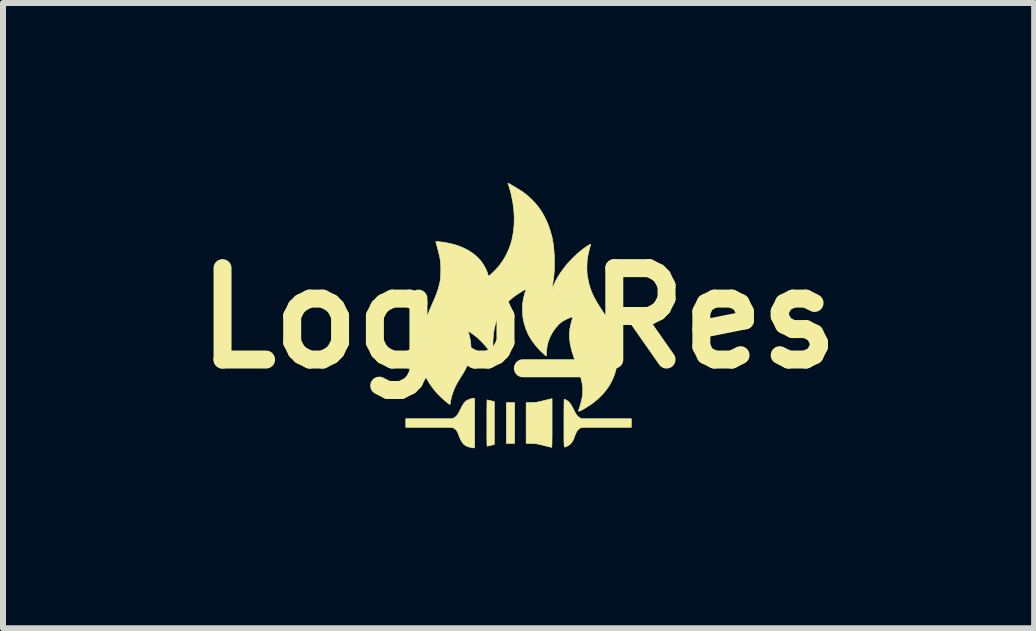
<source format=kicad_pcb>
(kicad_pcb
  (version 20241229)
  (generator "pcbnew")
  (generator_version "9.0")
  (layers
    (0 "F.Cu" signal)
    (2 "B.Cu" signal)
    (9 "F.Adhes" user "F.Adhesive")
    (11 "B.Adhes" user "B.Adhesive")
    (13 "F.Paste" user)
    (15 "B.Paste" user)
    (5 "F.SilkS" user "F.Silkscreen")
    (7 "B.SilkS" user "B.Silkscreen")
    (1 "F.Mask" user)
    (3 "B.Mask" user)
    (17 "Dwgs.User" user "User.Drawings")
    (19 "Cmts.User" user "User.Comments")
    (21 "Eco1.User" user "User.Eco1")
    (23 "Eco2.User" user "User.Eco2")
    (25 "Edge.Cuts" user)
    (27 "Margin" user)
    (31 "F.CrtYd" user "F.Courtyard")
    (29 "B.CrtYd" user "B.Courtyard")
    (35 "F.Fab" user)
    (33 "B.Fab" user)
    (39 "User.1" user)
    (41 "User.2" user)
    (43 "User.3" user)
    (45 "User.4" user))
  (footprint "Logo_Res"
    (layer "F.Cu")
    (at 5.595 2.255)
    (property "Reference" "Logo_Res" (at 0 0 0) (layer "F.SilkS") (effects (font (size 1.524 1.524) (thickness 0.3))))
    (attr through_hole)
    (fp_poly (pts (xy -0.066 2.088) (xy -0.203 2.088) (xy -0.203 1.407) (xy -0.066 1.407) (xy -0.066 2.088)) (stroke (width 0.01) (type solid)) (fill yes) (layer "F.SilkS"))
    (fp_poly (pts (xy -0.518 1.363) (xy -0.504 1.366) (xy -0.485 1.37) (xy -0.462 1.376) (xy -0.404 1.39) (xy -0.404 2.105) (xy -0.46 2.119) (xy -0.483 2.125) (xy -0.502 2.129) (xy -0.516 2.133) (xy -0.522 2.133) (xy -0.523 2.132) (xy -0.524 2.125) (xy -0.525 2.115) (xy -0.526 2.098) (xy -0.527 2.076) (xy -0.527 2.048) (xy -0.528 2.012) (xy -0.528 1.969) (xy -0.528 1.918) (xy -0.528 1.858) (xy -0.528 1.788) (xy -0.528 1.748) (xy -0.528 1.686) (xy -0.528 1.627) (xy -0.528 1.573) (xy -0.528 1.522) (xy -0.527 1.478) (xy -0.527 1.439) (xy -0.526 1.407) (xy -0.526 1.383) (xy -0.525 1.368) (xy -0.525 1.362) (xy -0.525 1.362) (xy -0.518 1.363)) (stroke (width 0.01) (type solid)) (fill yes) (layer "F.SilkS"))
    (fp_poly (pts (xy 0.559 1.747) (xy 0.559 1.824) (xy 0.559 1.891) (xy 0.559 1.949) (xy 0.558 1.998) (xy 0.558 2.04) (xy 0.557 2.074) (xy 0.557 2.101) (xy 0.556 2.122) (xy 0.555 2.137) (xy 0.555 2.147) (xy 0.553 2.152) (xy 0.552 2.154) (xy 0.546 2.152) (xy 0.531 2.149) (xy 0.509 2.143) (xy 0.481 2.137) (xy 0.45 2.129) (xy 0.424 2.123) (xy 0.386 2.113) (xy 0.356 2.106) (xy 0.331 2.1) (xy 0.311 2.096) (xy 0.292 2.094) (xy 0.273 2.092) (xy 0.252 2.091) (xy 0.227 2.09) (xy 0.215 2.089) (xy 0.127 2.087) (xy 0.127 1.408) (xy 0.212 1.406) (xy 0.239 1.405) (xy 0.261 1.405) (xy 0.281 1.403) (xy 0.299 1.401) (xy 0.319 1.398) (xy 0.341 1.393) (xy 0.369 1.387) (xy 0.405 1.378) (xy 0.417 1.375) (xy 0.451 1.367) (xy 0.482 1.359) (xy 0.508 1.353) (xy 0.53 1.348) (xy 0.543 1.344) (xy 0.547 1.343) (xy 0.559 1.341) (xy 0.559 1.747)) (stroke (width 0.01) (type solid)) (fill yes) (layer "F.SilkS"))
    (fp_poly (pts (xy -0.732 1.75) (xy -0.732 1.814) (xy -0.732 1.875) (xy -0.732 1.932) (xy -0.732 1.984) (xy -0.732 2.032) (xy -0.732 2.073) (xy -0.732 2.107) (xy -0.732 2.134) (xy -0.733 2.153) (xy -0.733 2.162) (xy -0.733 2.163) (xy -0.738 2.163) (xy -0.751 2.161) (xy -0.767 2.159) (xy -0.813 2.151) (xy -0.853 2.139) (xy -0.887 2.122) (xy -0.916 2.099) (xy -0.941 2.069) (xy -0.963 2.03) (xy -0.984 1.984) (xy -0.996 1.952) (xy -1.011 1.913) (xy -1.027 1.883) (xy -1.043 1.861) (xy -1.059 1.847) (xy -1.065 1.842) (xy -1.071 1.837) (xy -1.078 1.833) (xy -1.085 1.83) (xy -1.094 1.828) (xy -1.106 1.825) (xy -1.12 1.824) (xy -1.139 1.822) (xy -1.162 1.821) (xy -1.19 1.82) (xy -1.224 1.82) (xy -1.265 1.819) (xy -1.314 1.819) (xy -1.37 1.819) (xy -1.436 1.819) (xy -1.497 1.819) (xy -1.88 1.819) (xy -1.88 1.676) (xy -1.106 1.676) (xy -1.082 1.665) (xy -1.064 1.655) (xy -1.047 1.642) (xy -1.031 1.626) (xy -1.015 1.604) (xy -0.999 1.577) (xy -0.98 1.542) (xy -0.967 1.516) (xy -0.947 1.476) (xy -0.929 1.445) (xy -0.913 1.42) (xy -0.897 1.4) (xy -0.881 1.385) (xy -0.863 1.373) (xy -0.847 1.364) (xy -0.819 1.352) (xy -0.79 1.343) (xy -0.763 1.337) (xy -0.748 1.336) (xy -0.732 1.336) (xy -0.732 1.75)) (stroke (width 0.01) (type solid)) (fill yes) (layer "F.SilkS"))
    (fp_poly (pts (xy 0.77 1.354) (xy 0.783 1.359) (xy 0.798 1.367) (xy 0.819 1.38) (xy 0.837 1.394) (xy 0.854 1.412) (xy 0.87 1.435) (xy 0.888 1.465) (xy 0.907 1.502) (xy 0.914 1.516) (xy 0.934 1.556) (xy 0.953 1.588) (xy 0.969 1.613) (xy 0.986 1.633) (xy 1.003 1.648) (xy 1.022 1.661) (xy 1.023 1.661) (xy 1.049 1.676) (xy 1.88 1.676) (xy 1.88 1.819) (xy 1.467 1.819) (xy 1.393 1.819) (xy 1.328 1.819) (xy 1.272 1.819) (xy 1.224 1.819) (xy 1.183 1.819) (xy 1.149 1.819) (xy 1.122 1.82) (xy 1.099 1.82) (xy 1.081 1.821) (xy 1.068 1.822) (xy 1.057 1.823) (xy 1.049 1.824) (xy 1.043 1.825) (xy 1.039 1.827) (xy 1.035 1.828) (xy 1.033 1.829) (xy 1.018 1.839) (xy 1 1.853) (xy 0.988 1.865) (xy 0.98 1.875) (xy 0.973 1.885) (xy 0.966 1.897) (xy 0.959 1.912) (xy 0.95 1.932) (xy 0.94 1.958) (xy 0.928 1.992) (xy 0.925 2.001) (xy 0.903 2.047) (xy 0.877 2.085) (xy 0.844 2.114) (xy 0.806 2.136) (xy 0.804 2.137) (xy 0.795 2.141) (xy 0.788 2.144) (xy 0.781 2.147) (xy 0.776 2.149) (xy 0.771 2.149) (xy 0.767 2.146) (xy 0.764 2.139) (xy 0.762 2.129) (xy 0.76 2.115) (xy 0.759 2.095) (xy 0.758 2.069) (xy 0.757 2.038) (xy 0.757 1.999) (xy 0.757 1.953) (xy 0.757 1.898) (xy 0.757 1.835) (xy 0.757 1.762) (xy 0.757 1.75) (xy 0.757 1.671) (xy 0.757 1.601) (xy 0.757 1.541) (xy 0.758 1.49) (xy 0.758 1.448) (xy 0.759 1.413) (xy 0.759 1.387) (xy 0.76 1.368) (xy 0.761 1.357) (xy 0.762 1.352) (xy 0.763 1.351) (xy 0.77 1.354)) (stroke (width 0.01) (type solid)) (fill yes) (layer "F.SilkS"))
    (fp_poly (pts (xy -0.167 -2.248) (xy -0.153 -2.241) (xy -0.134 -2.23) (xy -0.11 -2.216) (xy -0.083 -2.2) (xy -0.055 -2.183) (xy -0.025 -2.166) (xy 0.003 -2.149) (xy 0.028 -2.133) (xy 0.05 -2.119) (xy 0.067 -2.108) (xy 0.071 -2.105) (xy 0.146 -2.047) (xy 0.218 -1.982) (xy 0.284 -1.912) (xy 0.342 -1.84) (xy 0.357 -1.818) (xy 0.393 -1.763) (xy 0.427 -1.702) (xy 0.459 -1.638) (xy 0.488 -1.574) (xy 0.511 -1.512) (xy 0.523 -1.473) (xy 0.529 -1.453) (xy 0.534 -1.435) (xy 0.538 -1.423) (xy 0.539 -1.422) (xy 0.552 -1.377) (xy 0.564 -1.323) (xy 0.575 -1.261) (xy 0.584 -1.195) (xy 0.591 -1.123) (xy 0.596 -1.05) (xy 0.598 -0.993) (xy 0.599 -0.919) (xy 0.598 -0.853) (xy 0.596 -0.791) (xy 0.591 -0.731) (xy 0.584 -0.669) (xy 0.575 -0.603) (xy 0.564 -0.536) (xy 0.561 -0.516) (xy 0.559 -0.503) (xy 0.559 -0.496) (xy 0.561 -0.498) (xy 0.566 -0.507) (xy 0.574 -0.524) (xy 0.586 -0.551) (xy 0.592 -0.566) (xy 0.622 -0.628) (xy 0.659 -0.693) (xy 0.701 -0.759) (xy 0.749 -0.826) (xy 0.799 -0.89) (xy 0.843 -0.94) (xy 0.917 -1.016) (xy 0.99 -1.084) (xy 1.062 -1.144) (xy 1.137 -1.197) (xy 1.162 -1.213) (xy 1.182 -1.225) (xy 1.196 -1.232) (xy 1.202 -1.232) (xy 1.203 -1.226) (xy 1.2 -1.215) (xy 1.199 -1.211) (xy 1.194 -1.196) (xy 1.187 -1.173) (xy 1.18 -1.144) (xy 1.172 -1.112) (xy 1.164 -1.08) (xy 1.157 -1.048) (xy 1.152 -1.021) (xy 1.147 -0.983) (xy 1.143 -0.938) (xy 1.141 -0.888) (xy 1.14 -0.836) (xy 1.141 -0.785) (xy 1.144 -0.738) (xy 1.149 -0.698) (xy 1.15 -0.693) (xy 1.163 -0.626) (xy 1.177 -0.563) (xy 1.195 -0.504) (xy 1.216 -0.445) (xy 1.241 -0.387) (xy 1.271 -0.328) (xy 1.307 -0.265) (xy 1.348 -0.198) (xy 1.381 -0.147) (xy 1.435 -0.064) (xy 1.48 0.015) (xy 1.519 0.091) (xy 1.552 0.166) (xy 1.565 0.201) (xy 1.594 0.285) (xy 1.616 0.371) (xy 1.633 0.456) (xy 1.644 0.54) (xy 1.649 0.621) (xy 1.647 0.695) (xy 1.646 0.706) (xy 1.641 0.753) (xy 1.636 0.792) (xy 1.631 0.826) (xy 1.624 0.857) (xy 1.623 0.864) (xy 1.596 0.952) (xy 1.561 1.035) (xy 1.519 1.114) (xy 1.467 1.19) (xy 1.407 1.263) (xy 1.337 1.333) (xy 1.257 1.401) (xy 1.255 1.403) (xy 1.231 1.421) (xy 1.204 1.44) (xy 1.173 1.46) (xy 1.142 1.48) (xy 1.111 1.499) (xy 1.082 1.516) (xy 1.056 1.531) (xy 1.034 1.541) (xy 1.018 1.548) (xy 1.011 1.549) (xy 0.996 1.549) (xy 1.016 1.492) (xy 1.032 1.44) (xy 1.046 1.386) (xy 1.058 1.333) (xy 1.066 1.285) (xy 1.068 1.277) (xy 1.07 1.246) (xy 1.071 1.209) (xy 1.07 1.17) (xy 1.067 1.132) (xy 1.063 1.1) (xy 1.061 1.091) (xy 1.051 1.045) (xy 1.04 1) (xy 1.028 0.954) (xy 1.013 0.906) (xy 0.995 0.853) (xy 0.974 0.793) (xy 0.968 0.775) (xy 0.959 0.752) (xy 0.952 0.731) (xy 0.946 0.715) (xy 0.944 0.709) (xy 0.939 0.694) (xy 0.935 0.683) (xy 0.929 0.67) (xy 0.922 0.649) (xy 0.913 0.624) (xy 0.904 0.595) (xy 0.895 0.567) (xy 0.887 0.54) (xy 0.881 0.518) (xy 0.879 0.511) (xy 0.86 0.424) (xy 0.85 0.341) (xy 0.848 0.262) (xy 0.855 0.184) (xy 0.87 0.106) (xy 0.879 0.074) (xy 0.885 0.052) (xy 0.89 0.032) (xy 0.894 0.017) (xy 0.898 0.002) (xy 0.902 -0.011) (xy 0.902 -0.013) (xy 0.904 -0.018) (xy 0.899 -0.02) (xy 0.888 -0.018) (xy 0.887 -0.018) (xy 0.877 -0.016) (xy 0.866 -0.013) (xy 0.854 -0.008) (xy 0.837 -0.001) (xy 0.815 0.009) (xy 0.792 0.02) (xy 0.747 0.044) (xy 0.707 0.071) (xy 0.671 0.103) (xy 0.664 0.11) (xy 0.609 0.174) (xy 0.563 0.242) (xy 0.525 0.313) (xy 0.496 0.388) (xy 0.477 0.464) (xy 0.467 0.542) (xy 0.466 0.568) (xy 0.465 0.592) (xy 0.464 0.611) (xy 0.463 0.625) (xy 0.461 0.63) (xy 0.461 0.63) (xy 0.456 0.627) (xy 0.445 0.618) (xy 0.43 0.606) (xy 0.418 0.595) (xy 0.357 0.537) (xy 0.3 0.474) (xy 0.247 0.407) (xy 0.201 0.339) (xy 0.162 0.271) (xy 0.154 0.254) (xy 0.119 0.169) (xy 0.091 0.078) (xy 0.074 -0.009) (xy 0.071 -0.026) (xy 0.07 -0.05) (xy 0.068 -0.078) (xy 0.067 -0.109) (xy 0.066 -0.141) (xy 0.065 -0.171) (xy 0.065 -0.199) (xy 0.066 -0.222) (xy 0.067 -0.239) (xy 0.068 -0.248) (xy 0.068 -0.248) (xy 0.07 -0.255) (xy 0.072 -0.268) (xy 0.075 -0.287) (xy 0.076 -0.295) (xy 0.081 -0.322) (xy 0.088 -0.355) (xy 0.097 -0.39) (xy 0.106 -0.424) (xy 0.116 -0.453) (xy 0.119 -0.464) (xy 0.124 -0.477) (xy 0.122 -0.483) (xy 0.121 -0.483) (xy 0.114 -0.48) (xy 0.099 -0.472) (xy 0.079 -0.461) (xy 0.055 -0.446) (xy 0.029 -0.43) (xy 0.001 -0.412) (xy -0.026 -0.394) (xy -0.051 -0.377) (xy -0.074 -0.361) (xy -0.081 -0.355) (xy -0.142 -0.305) (xy -0.196 -0.252) (xy -0.244 -0.193) (xy -0.273 -0.152) (xy -0.289 -0.127) (xy -0.306 -0.097) (xy -0.322 -0.066) (xy -0.337 -0.037) (xy -0.347 -0.013) (xy -0.348 -0.01) (xy -0.354 0.005) (xy -0.361 0.024) (xy -0.366 0.036) (xy -0.373 0.057) (xy -0.381 0.086) (xy -0.391 0.122) (xy -0.4 0.162) (xy -0.406 0.185) (xy -0.411 0.214) (xy -0.416 0.249) (xy -0.42 0.289) (xy -0.423 0.331) (xy -0.426 0.373) (xy -0.427 0.41) (xy -0.427 0.416) (xy -0.426 0.45) (xy -0.424 0.489) (xy -0.421 0.53) (xy -0.418 0.57) (xy -0.414 0.606) (xy -0.409 0.637) (xy -0.407 0.65) (xy -0.401 0.677) (xy -0.399 0.693) (xy -0.399 0.701) (xy -0.401 0.7) (xy -0.406 0.69) (xy -0.414 0.674) (xy -0.433 0.634) (xy -0.456 0.593) (xy -0.484 0.551) (xy -0.518 0.504) (xy -0.52 0.5) (xy -0.541 0.475) (xy -0.568 0.444) (xy -0.598 0.412) (xy -0.629 0.38) (xy -0.66 0.349) (xy -0.689 0.323) (xy -0.714 0.302) (xy -0.744 0.279) (xy -0.772 0.259) (xy -0.796 0.242) (xy -0.815 0.23) (xy -0.829 0.222) (xy -0.837 0.22) (xy -0.838 0.222) (xy -0.837 0.228) (xy -0.833 0.241) (xy -0.828 0.258) (xy -0.828 0.259) (xy -0.807 0.347) (xy -0.795 0.435) (xy -0.793 0.521) (xy -0.802 0.606) (xy -0.82 0.69) (xy -0.849 0.774) (xy -0.887 0.856) (xy -0.93 0.93) (xy -0.964 0.983) (xy -0.993 1.03) (xy -1.018 1.072) (xy -1.038 1.109) (xy -1.056 1.145) (xy -1.071 1.179) (xy -1.085 1.214) (xy -1.086 1.217) (xy -1.104 1.268) (xy -1.119 1.319) (xy -1.13 1.368) (xy -1.136 1.406) (xy -1.138 1.422) (xy -1.141 1.434) (xy -1.144 1.438) (xy -1.152 1.434) (xy -1.167 1.425) (xy -1.186 1.41) (xy -1.209 1.391) (xy -1.235 1.369) (xy -1.262 1.345) (xy -1.289 1.32) (xy -1.316 1.294) (xy -1.34 1.27) (xy -1.357 1.252) (xy -1.427 1.169) (xy -1.488 1.083) (xy -1.538 0.994) (xy -1.579 0.903) (xy -1.611 0.808) (xy -1.633 0.709) (xy -1.645 0.608) (xy -1.647 0.503) (xy -1.64 0.395) (xy -1.624 0.284) (xy -1.607 0.208) (xy -1.6 0.181) (xy -1.593 0.154) (xy -1.585 0.127) (xy -1.577 0.1) (xy -1.566 0.07) (xy -1.554 0.038) (xy -1.541 0.003) (xy -1.524 -0.038) (xy -1.505 -0.083) (xy -1.483 -0.135) (xy -1.458 -0.193) (xy -1.429 -0.26) (xy -1.415 -0.292) (xy -1.386 -0.36) (xy -1.362 -0.422) (xy -1.342 -0.481) (xy -1.326 -0.54) (xy -1.311 -0.6) (xy -1.31 -0.605) (xy -1.306 -0.626) (xy -1.303 -0.649) (xy -1.301 -0.676) (xy -1.299 -0.709) (xy -1.297 -0.75) (xy -1.297 -0.767) (xy -1.296 -0.831) (xy -1.298 -0.888) (xy -1.302 -0.941) (xy -1.309 -0.992) (xy -1.32 -1.046) (xy -1.334 -1.104) (xy -1.339 -1.123) (xy -1.346 -1.15) (xy -1.353 -1.177) (xy -1.359 -1.199) (xy -1.363 -1.215) (xy -1.364 -1.217) (xy -1.369 -1.235) (xy -1.374 -1.253) (xy -1.376 -1.259) (xy -1.378 -1.27) (xy -1.377 -1.277) (xy -1.377 -1.278) (xy -1.371 -1.278) (xy -1.357 -1.277) (xy -1.337 -1.276) (xy -1.314 -1.274) (xy -1.289 -1.271) (xy -1.266 -1.268) (xy -1.245 -1.266) (xy -1.23 -1.263) (xy -1.223 -1.262) (xy -1.215 -1.26) (xy -1.199 -1.257) (xy -1.179 -1.253) (xy -1.175 -1.252) (xy -1.087 -1.233) (xy -1.002 -1.206) (xy -0.92 -1.173) (xy -0.842 -1.133) (xy -0.771 -1.088) (xy -0.707 -1.037) (xy -0.665 -0.997) (xy -0.623 -0.949) (xy -0.586 -0.895) (xy -0.553 -0.838) (xy -0.527 -0.78) (xy -0.508 -0.723) (xy -0.508 -0.723) (xy -0.504 -0.71) (xy -0.5 -0.702) (xy -0.498 -0.701) (xy -0.493 -0.704) (xy -0.482 -0.713) (xy -0.466 -0.726) (xy -0.449 -0.741) (xy -0.379 -0.81) (xy -0.314 -0.886) (xy -0.256 -0.969) (xy -0.205 -1.057) (xy -0.163 -1.148) (xy -0.128 -1.243) (xy -0.11 -1.311) (xy -0.088 -1.427) (xy -0.075 -1.546) (xy -0.072 -1.668) (xy -0.078 -1.793) (xy -0.094 -1.922) (xy -0.12 -2.053) (xy -0.129 -2.09) (xy -0.136 -2.117) (xy -0.144 -2.147) (xy -0.154 -2.178) (xy -0.163 -2.208) (xy -0.172 -2.231) (xy -0.175 -2.242) (xy -0.176 -2.249) (xy -0.173 -2.25) (xy -0.167 -2.248)) (stroke (width 0.01) (type solid)) (fill yes) (layer "F.SilkS")))
  (gr_rect
    (start -3 -3)
    (end 14.191 7.424)
    (stroke (width 0.1) (type default))
    (fill no)
    (layer "Edge.Cuts")))
</source>
